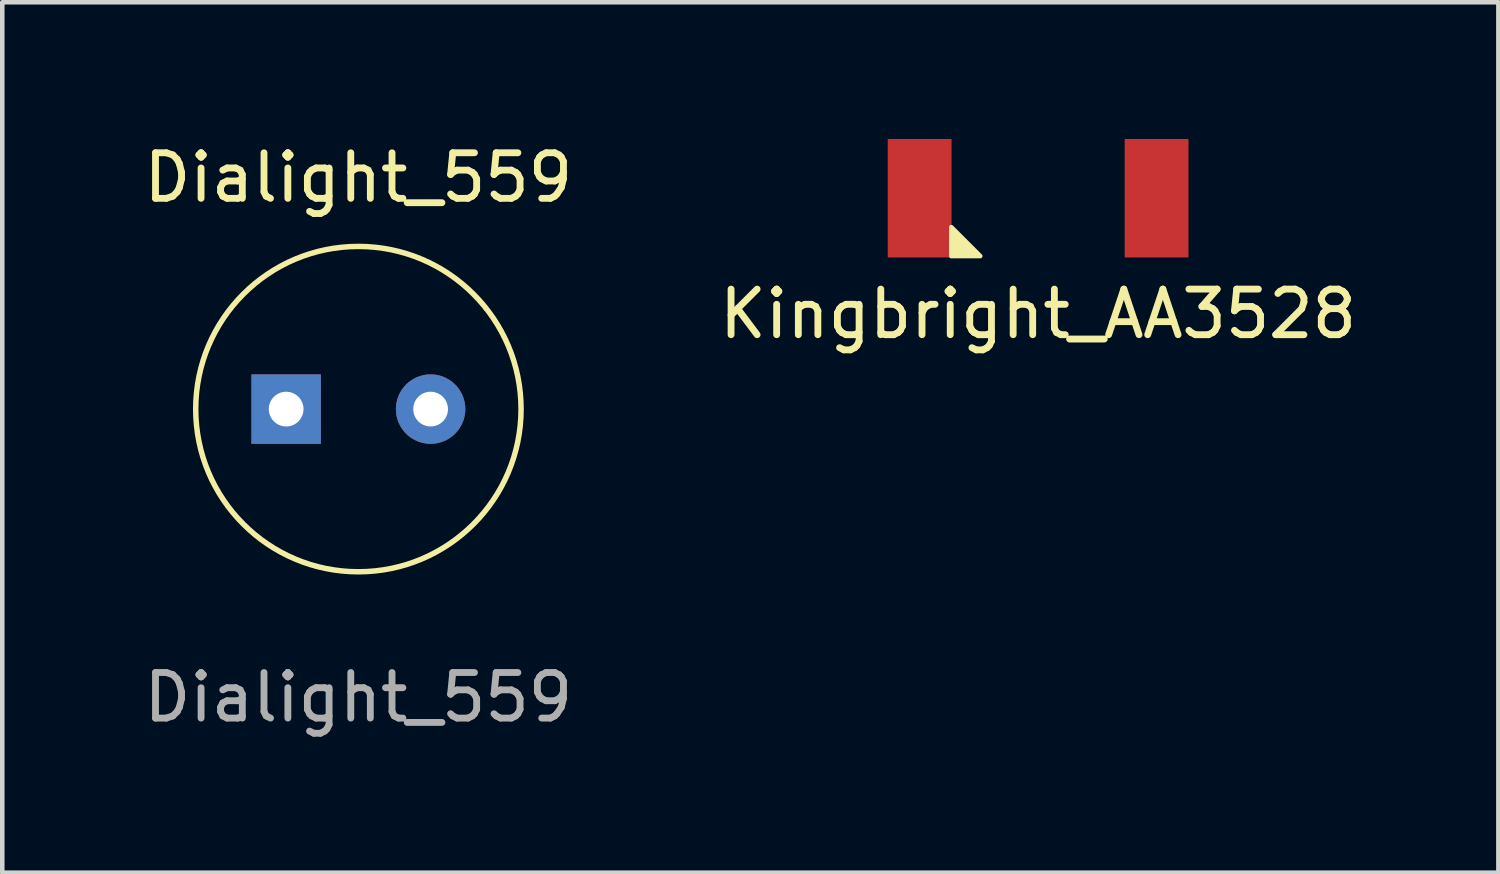
<source format=kicad_pcb>
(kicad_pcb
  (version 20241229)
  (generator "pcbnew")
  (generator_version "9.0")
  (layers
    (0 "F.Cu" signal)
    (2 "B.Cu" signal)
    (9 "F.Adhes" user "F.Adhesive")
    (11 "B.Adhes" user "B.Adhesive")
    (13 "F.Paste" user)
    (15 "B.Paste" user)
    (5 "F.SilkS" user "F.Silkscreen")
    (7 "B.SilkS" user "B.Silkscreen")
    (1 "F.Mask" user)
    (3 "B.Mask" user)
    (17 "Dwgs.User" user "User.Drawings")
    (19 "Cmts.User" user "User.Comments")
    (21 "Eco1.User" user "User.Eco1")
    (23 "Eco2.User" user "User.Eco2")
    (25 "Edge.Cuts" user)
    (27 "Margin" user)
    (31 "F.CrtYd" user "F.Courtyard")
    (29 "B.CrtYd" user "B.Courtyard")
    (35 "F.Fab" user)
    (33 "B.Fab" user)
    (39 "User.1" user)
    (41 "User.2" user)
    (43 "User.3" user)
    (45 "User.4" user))
  (footprint "Dialight_559"
    (layer "F.Cu")
    (at 4.815 5.928)
    (property "Reference" "Dialight_559" (at 0 -5.08 0) (unlocked yes) (layer "F.SilkS") (effects (font (size 1 1) (thickness 0.15))))
    (attr through_hole)
    (fp_circle (center 0 0) (end -3.57 0) (stroke (width 0.12) (type solid)) (fill no) (layer "F.SilkS"))
    (fp_text user "${REFERENCE}" (at 0 6.326 0) (unlocked yes) (layer "F.Fab") (effects (font (size 1 1) (thickness 0.15))))
    (pad "1" thru_hole rect (at -1.585 0) (size 1.524 1.524) (drill 0.762) (layers "*.Cu" "*.Mask"))
    (pad "2" thru_hole circle (at 1.585 0) (size 1.524 1.524) (drill 0.762) (layers "*.Cu" "*.Mask")))
  (footprint "Kingbright_AA3528"
    (layer "F.Cu")
    (at 19.732 1.3)
    (property "Reference" "Kingbright_AA3528" (at 0 2.54 0) (layer "F.SilkS") (effects (font (size 1 1) (thickness 0.15))))
    (attr through_hole)
    (fp_poly (pts (xy -1.27 1.27) (xy -1.905 1.27) (xy -1.905 0.635)) (stroke (width 0.1) (type solid)) (fill yes) (layer "F.SilkS"))
    (pad "" smd circle (at 0 0) (size 2.5 2.5) (layers "F.Mask"))
    (pad "1" smd rect (at -2.6 0) (size 1.4 2.6) (layers "F.Cu" "F.Mask" "F.Paste"))
    (pad "2" smd rect (at 2.6 0) (size 1.4 2.6) (layers "F.Cu" "F.Mask" "F.Paste")))
  (gr_rect
    (start -3 -3)
    (end 29.833 16.102)
    (stroke (width 0.1) (type default))
    (fill no)
    (layer "Edge.Cuts")))
</source>
